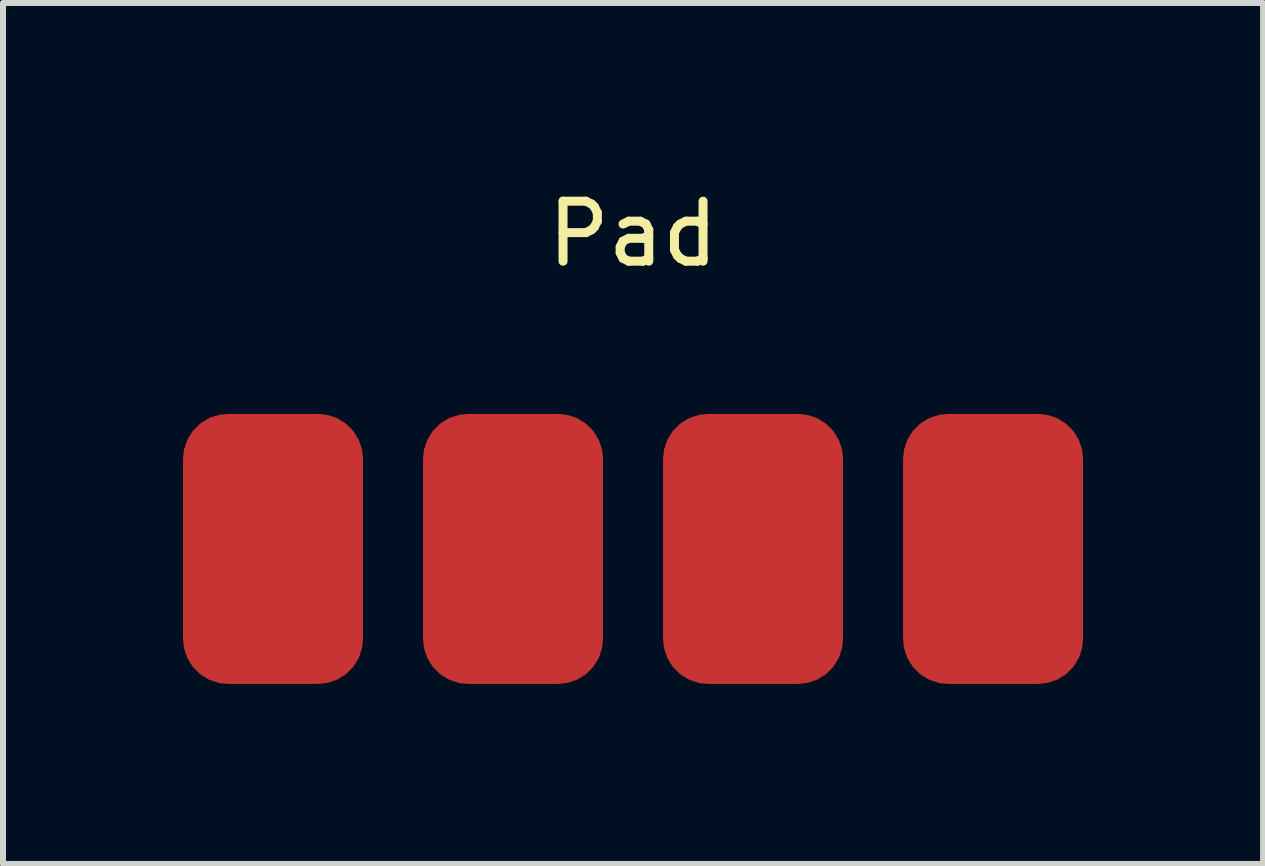
<source format=kicad_pcb>
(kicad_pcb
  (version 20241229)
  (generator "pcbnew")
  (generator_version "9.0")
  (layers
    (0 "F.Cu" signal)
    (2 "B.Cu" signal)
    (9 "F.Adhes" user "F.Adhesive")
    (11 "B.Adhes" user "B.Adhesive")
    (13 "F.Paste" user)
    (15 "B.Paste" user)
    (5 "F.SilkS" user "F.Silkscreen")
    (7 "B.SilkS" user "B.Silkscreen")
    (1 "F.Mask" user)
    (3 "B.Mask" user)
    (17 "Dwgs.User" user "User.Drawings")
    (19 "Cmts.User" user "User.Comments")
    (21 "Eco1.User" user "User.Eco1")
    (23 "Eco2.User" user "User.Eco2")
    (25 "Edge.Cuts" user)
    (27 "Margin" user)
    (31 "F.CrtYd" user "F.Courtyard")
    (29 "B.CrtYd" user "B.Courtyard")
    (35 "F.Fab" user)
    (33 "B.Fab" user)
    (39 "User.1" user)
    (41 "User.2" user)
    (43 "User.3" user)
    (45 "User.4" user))
  (footprint "Pad"
    (layer "F.Cu")
    (at 7.5 1.348)
    (property "Reference" "Pad" (at 0 -0.5 0) (unlocked yes) (layer "F.SilkS") (effects (font (size 1 1) (thickness 0.15))))
    (attr smd)
    (pad "1" smd roundrect (at -6 4.75) (size 3 4.5) (layers "F.Cu" "F.Mask" "F.Paste") (roundrect_rratio 0.25))
    (pad "2" smd roundrect (at -2 4.75) (size 3 4.5) (layers "F.Cu" "F.Mask" "F.Paste") (roundrect_rratio 0.25))
    (pad "3" smd roundrect (at 2 4.75) (size 3 4.5) (layers "F.Cu" "F.Mask" "F.Paste") (roundrect_rratio 0.25))
    (pad "4" smd roundrect (at 6 4.75) (size 3 4.5) (layers "F.Cu" "F.Mask" "F.Paste") (roundrect_rratio 0.25)))
  (gr_rect
    (start -3 -3)
    (end 18 11.348)
    (stroke (width 0.1) (type default))
    (fill no)
    (layer "Edge.Cuts")))
</source>
